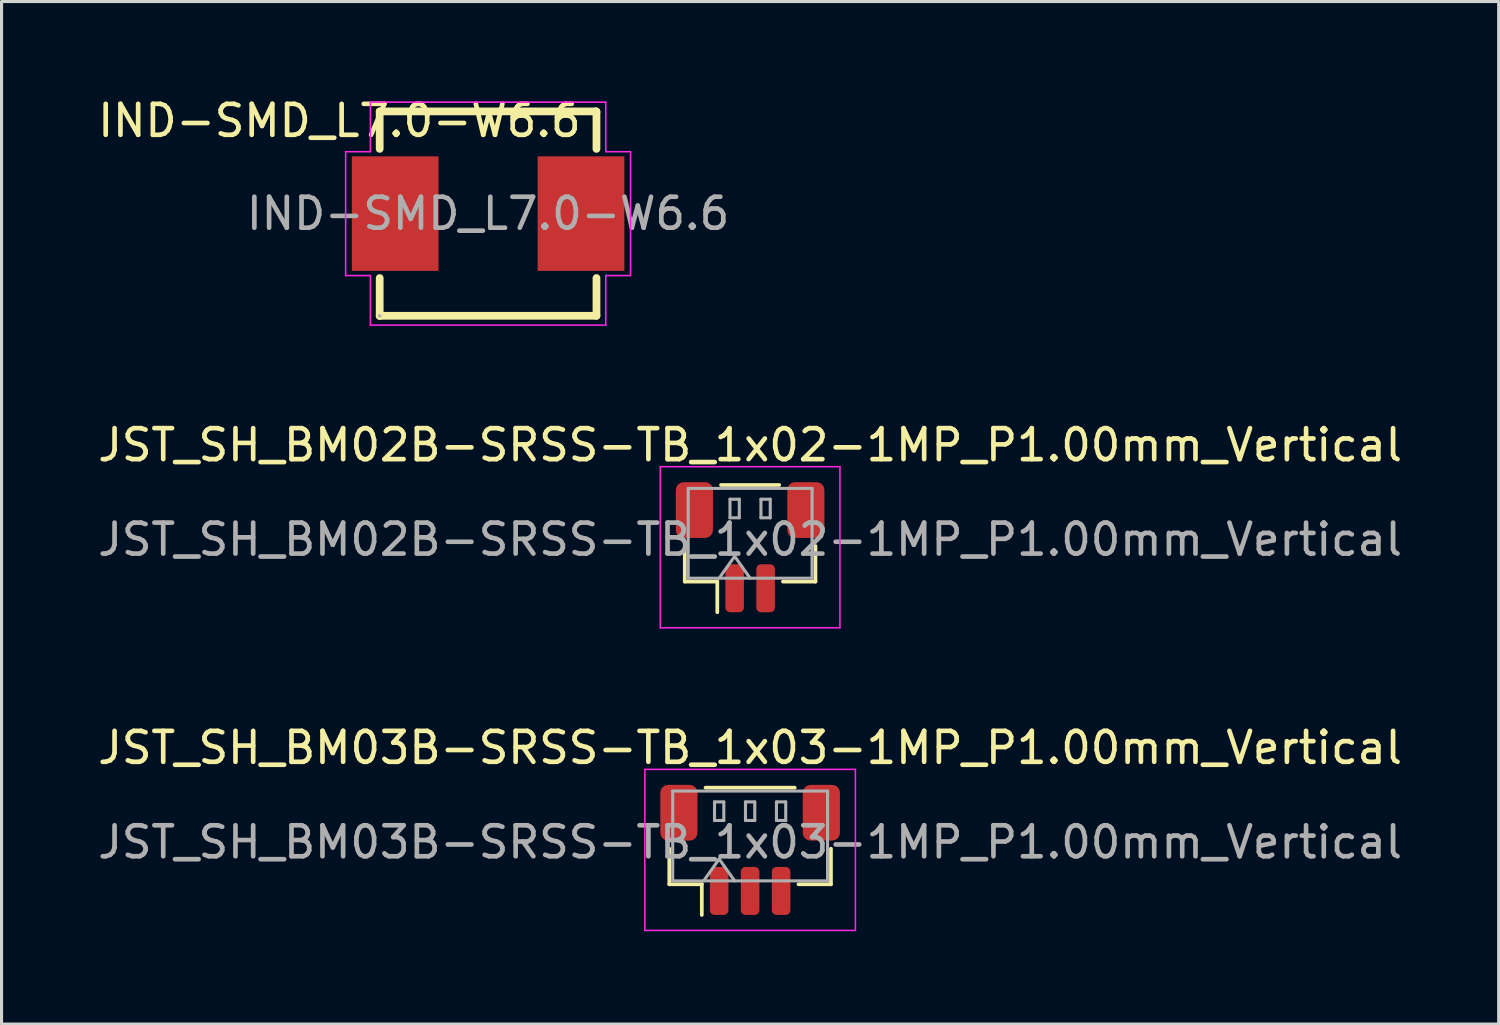
<source format=kicad_pcb>
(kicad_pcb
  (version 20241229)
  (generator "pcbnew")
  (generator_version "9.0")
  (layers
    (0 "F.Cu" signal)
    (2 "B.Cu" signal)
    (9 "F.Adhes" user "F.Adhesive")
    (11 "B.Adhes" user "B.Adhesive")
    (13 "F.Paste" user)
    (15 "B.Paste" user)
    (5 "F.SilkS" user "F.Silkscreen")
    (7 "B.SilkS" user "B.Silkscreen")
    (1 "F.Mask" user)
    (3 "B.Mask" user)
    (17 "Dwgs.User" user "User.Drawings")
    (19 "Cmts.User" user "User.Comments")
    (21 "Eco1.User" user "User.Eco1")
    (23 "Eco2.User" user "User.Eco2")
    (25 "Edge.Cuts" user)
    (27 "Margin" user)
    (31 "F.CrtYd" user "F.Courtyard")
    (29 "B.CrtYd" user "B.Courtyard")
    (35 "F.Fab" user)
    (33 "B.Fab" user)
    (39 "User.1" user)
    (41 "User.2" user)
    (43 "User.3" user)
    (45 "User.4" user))
  (footprint "IND-SMD_L7.0-W6.6"
    (layer "F.Cu")
    (at 12.711 3.848)
    (property "Reference" "IND-SMD_L7.0-W6.6" (at -4.8 -3 180) (layer "F.SilkS") (effects (font (size 1 1) (thickness 0.15))))
    (attr smd)
    (fp_line (start -3.5 -3.3) (end 3.48 -3.3) (stroke (width 0.25) (type solid)) (layer "F.SilkS"))
    (fp_line (start -3.5 -2.09) (end -3.5 -3.3) (stroke (width 0.25) (type solid)) (layer "F.SilkS"))
    (fp_line (start -3.5 3.3) (end -3.5 2.08) (stroke (width 0.25) (type solid)) (layer "F.SilkS"))
    (fp_line (start -3.49 3.3) (end -3.5 3.3) (stroke (width 0.25) (type solid)) (layer "F.SilkS"))
    (fp_line (start 3.48 -3.3) (end 3.5 -3.28) (stroke (width 0.25) (type solid)) (layer "F.SilkS"))
    (fp_line (start 3.5 -3.3) (end 3.5 -2.09) (stroke (width 0.25) (type solid)) (layer "F.SilkS"))
    (fp_line (start 3.5 2.08) (end 3.5 3.3) (stroke (width 0.25) (type solid)) (layer "F.SilkS"))
    (fp_line (start 3.5 3.3) (end -3.49 3.3) (stroke (width 0.25) (type solid)) (layer "F.SilkS"))
    (fp_line (start -4.6 -2) (end -4.6 2) (stroke (width 0.05) (type solid)) (layer "F.CrtYd"))
    (fp_line (start -4.6 2) (end -3.8 2) (stroke (width 0.05) (type solid)) (layer "F.CrtYd"))
    (fp_line (start -3.8 -3.6) (end -3.8 -2) (stroke (width 0.05) (type solid)) (layer "F.CrtYd"))
    (fp_line (start -3.8 -2) (end -4.6 -2) (stroke (width 0.05) (type solid)) (layer "F.CrtYd"))
    (fp_line (start -3.8 2) (end -3.8 3.6) (stroke (width 0.05) (type solid)) (layer "F.CrtYd"))
    (fp_line (start -3.8 3.6) (end 3.8 3.6) (stroke (width 0.05) (type solid)) (layer "F.CrtYd"))
    (fp_line (start 3.8 -3.6) (end -3.8 -3.6) (stroke (width 0.05) (type solid)) (layer "F.CrtYd"))
    (fp_line (start 3.8 -2) (end 3.8 -3.6) (stroke (width 0.05) (type solid)) (layer "F.CrtYd"))
    (fp_line (start 3.8 2) (end 4.6 2) (stroke (width 0.05) (type solid)) (layer "F.CrtYd"))
    (fp_line (start 3.8 3.6) (end 3.8 2) (stroke (width 0.05) (type solid)) (layer "F.CrtYd"))
    (fp_line (start 4.6 -2) (end 3.8 -2) (stroke (width 0.05) (type solid)) (layer "F.CrtYd"))
    (fp_line (start 4.6 2) (end 4.6 -2) (stroke (width 0.05) (type solid)) (layer "F.CrtYd"))
    (fp_circle (center -3.5 3.3) (end -3.47 3.3) (stroke (width 0.06) (type solid)) (fill no) (layer "F.Fab"))
    (fp_text user "${REFERENCE}" (at 0 0 180) (layer "F.Fab") (effects (font (size 1 1) (thickness 0.15))))
    (pad "1" smd rect (at -3 0) (size 2.8 3.7) (layers "F.Cu" "F.Mask" "F.Paste"))
    (pad "2" smd rect (at 3 0) (size 2.8 3.7) (layers "F.Cu" "F.Mask" "F.Paste")))
  (footprint "JST_SH_BM03B-SRSS-TB_1x03-1MP_P1.00mm_Vertical"
    (layer "F.Cu")
    (at 21.173 24.395)
    (property "Reference" "JST_SH_BM03B-SRSS-TB_1x03-1MP_P1.00mm_Vertical" (at 0 -3.3 0) (layer "F.SilkS") (effects (font (size 1 1) (thickness 0.15))))
    (attr smd)
    (fp_line (start -2.61 -0.04) (end -2.61 1.11) (stroke (width 0.12) (type solid)) (layer "F.SilkS"))
    (fp_line (start -2.61 1.11) (end -1.56 1.11) (stroke (width 0.12) (type solid)) (layer "F.SilkS"))
    (fp_line (start -1.56 1.11) (end -1.56 2.1) (stroke (width 0.12) (type solid)) (layer "F.SilkS"))
    (fp_line (start -1.44 -2.01) (end 1.44 -2.01) (stroke (width 0.12) (type solid)) (layer "F.SilkS"))
    (fp_line (start 2.61 -0.04) (end 2.61 1.11) (stroke (width 0.12) (type solid)) (layer "F.SilkS"))
    (fp_line (start 2.61 1.11) (end 1.56 1.11) (stroke (width 0.12) (type solid)) (layer "F.SilkS"))
    (fp_line (start -3.4 -2.6) (end -3.4 2.6) (stroke (width 0.05) (type solid)) (layer "F.CrtYd"))
    (fp_line (start -3.4 2.6) (end 3.4 2.6) (stroke (width 0.05) (type solid)) (layer "F.CrtYd"))
    (fp_line (start 3.4 -2.6) (end -3.4 -2.6) (stroke (width 0.05) (type solid)) (layer "F.CrtYd"))
    (fp_line (start 3.4 2.6) (end 3.4 -2.6) (stroke (width 0.05) (type solid)) (layer "F.CrtYd"))
    (fp_line (start -2.5 -1.9) (end 2.5 -1.9) (stroke (width 0.1) (type solid)) (layer "F.Fab"))
    (fp_line (start -2.5 1) (end -2.5 -1.9) (stroke (width 0.1) (type solid)) (layer "F.Fab"))
    (fp_line (start -2.5 1) (end 2.5 1) (stroke (width 0.1) (type solid)) (layer "F.Fab"))
    (fp_line (start -1.5 1) (end -1 0.293) (stroke (width 0.1) (type solid)) (layer "F.Fab"))
    (fp_line (start -1.15 -1.55) (end -1.15 -0.95) (stroke (width 0.1) (type solid)) (layer "F.Fab"))
    (fp_line (start -1.15 -0.95) (end -0.85 -0.95) (stroke (width 0.1) (type solid)) (layer "F.Fab"))
    (fp_line (start -1 0.293) (end -0.5 1) (stroke (width 0.1) (type solid)) (layer "F.Fab"))
    (fp_line (start -0.85 -1.55) (end -1.15 -1.55) (stroke (width 0.1) (type solid)) (layer "F.Fab"))
    (fp_line (start -0.85 -0.95) (end -0.85 -1.55) (stroke (width 0.1) (type solid)) (layer "F.Fab"))
    (fp_line (start -0.15 -1.55) (end -0.15 -0.95) (stroke (width 0.1) (type solid)) (layer "F.Fab"))
    (fp_line (start -0.15 -0.95) (end 0.15 -0.95) (stroke (width 0.1) (type solid)) (layer "F.Fab"))
    (fp_line (start 0.15 -1.55) (end -0.15 -1.55) (stroke (width 0.1) (type solid)) (layer "F.Fab"))
    (fp_line (start 0.15 -0.95) (end 0.15 -1.55) (stroke (width 0.1) (type solid)) (layer "F.Fab"))
    (fp_line (start 0.85 -1.55) (end 0.85 -0.95) (stroke (width 0.1) (type solid)) (layer "F.Fab"))
    (fp_line (start 0.85 -0.95) (end 1.15 -0.95) (stroke (width 0.1) (type solid)) (layer "F.Fab"))
    (fp_line (start 1.15 -1.55) (end 0.85 -1.55) (stroke (width 0.1) (type solid)) (layer "F.Fab"))
    (fp_line (start 1.15 -0.95) (end 1.15 -1.55) (stroke (width 0.1) (type solid)) (layer "F.Fab"))
    (fp_line (start 2.5 1) (end 2.5 -1.9) (stroke (width 0.1) (type solid)) (layer "F.Fab"))
    (fp_text user "${REFERENCE}" (at 0 -0.25 0) (layer "F.Fab") (effects (font (size 1 1) (thickness 0.15))))
    (pad "1" smd roundrect (at -1 1.325) (size 0.6 1.55) (layers "F.Cu" "F.Mask" "F.Paste") (roundrect_rratio 0.25))
    (pad "2" smd roundrect (at 0 1.325) (size 0.6 1.55) (layers "F.Cu" "F.Mask" "F.Paste") (roundrect_rratio 0.25))
    (pad "3" smd roundrect (at 1 1.325) (size 0.6 1.55) (layers "F.Cu" "F.Mask" "F.Paste") (roundrect_rratio 0.25))
    (pad "MP_1" smd roundrect (at 2.3 -1.2) (size 1.2 1.8) (layers "F.Cu" "F.Mask" "F.Paste") (roundrect_rratio 0.208))
    (pad "MP_2" smd roundrect (at -2.3 -1.2) (size 1.2 1.8) (layers "F.Cu" "F.Mask" "F.Paste") (roundrect_rratio 0.208)))
  (footprint "JST_SH_BM02B-SRSS-TB_1x02-1MP_P1.00mm_Vertical"
    (layer "F.Cu")
    (at 21.173 14.621)
    (property "Reference" "JST_SH_BM02B-SRSS-TB_1x02-1MP_P1.00mm_Vertical" (at 0 -3.3 0) (layer "F.SilkS") (effects (font (size 1 1) (thickness 0.15))))
    (attr smd)
    (fp_line (start -2.11 -0.04) (end -2.11 1.11) (stroke (width 0.12) (type solid)) (layer "F.SilkS"))
    (fp_line (start -2.11 1.11) (end -1.06 1.11) (stroke (width 0.12) (type solid)) (layer "F.SilkS"))
    (fp_line (start -1.06 1.11) (end -1.06 2.1) (stroke (width 0.12) (type solid)) (layer "F.SilkS"))
    (fp_line (start -0.94 -2.01) (end 0.94 -2.01) (stroke (width 0.12) (type solid)) (layer "F.SilkS"))
    (fp_line (start 2.11 -0.04) (end 2.11 1.11) (stroke (width 0.12) (type solid)) (layer "F.SilkS"))
    (fp_line (start 2.11 1.11) (end 1.06 1.11) (stroke (width 0.12) (type solid)) (layer "F.SilkS"))
    (fp_line (start -2.9 -2.6) (end -2.9 2.6) (stroke (width 0.05) (type solid)) (layer "F.CrtYd"))
    (fp_line (start -2.9 2.6) (end 2.9 2.6) (stroke (width 0.05) (type solid)) (layer "F.CrtYd"))
    (fp_line (start 2.9 -2.6) (end -2.9 -2.6) (stroke (width 0.05) (type solid)) (layer "F.CrtYd"))
    (fp_line (start 2.9 2.6) (end 2.9 -2.6) (stroke (width 0.05) (type solid)) (layer "F.CrtYd"))
    (fp_line (start -2 -1.9) (end 2 -1.9) (stroke (width 0.1) (type solid)) (layer "F.Fab"))
    (fp_line (start -2 1) (end -2 -1.9) (stroke (width 0.1) (type solid)) (layer "F.Fab"))
    (fp_line (start -2 1) (end 2 1) (stroke (width 0.1) (type solid)) (layer "F.Fab"))
    (fp_line (start -1 1) (end -0.5 0.293) (stroke (width 0.1) (type solid)) (layer "F.Fab"))
    (fp_line (start -0.65 -1.55) (end -0.65 -0.95) (stroke (width 0.1) (type solid)) (layer "F.Fab"))
    (fp_line (start -0.65 -0.95) (end -0.35 -0.95) (stroke (width 0.1) (type solid)) (layer "F.Fab"))
    (fp_line (start -0.5 0.293) (end 0 1) (stroke (width 0.1) (type solid)) (layer "F.Fab"))
    (fp_line (start -0.35 -1.55) (end -0.65 -1.55) (stroke (width 0.1) (type solid)) (layer "F.Fab"))
    (fp_line (start -0.35 -0.95) (end -0.35 -1.55) (stroke (width 0.1) (type solid)) (layer "F.Fab"))
    (fp_line (start 0.35 -1.55) (end 0.35 -0.95) (stroke (width 0.1) (type solid)) (layer "F.Fab"))
    (fp_line (start 0.35 -0.95) (end 0.65 -0.95) (stroke (width 0.1) (type solid)) (layer "F.Fab"))
    (fp_line (start 0.65 -1.55) (end 0.35 -1.55) (stroke (width 0.1) (type solid)) (layer "F.Fab"))
    (fp_line (start 0.65 -0.95) (end 0.65 -1.55) (stroke (width 0.1) (type solid)) (layer "F.Fab"))
    (fp_line (start 2 1) (end 2 -1.9) (stroke (width 0.1) (type solid)) (layer "F.Fab"))
    (fp_text user "${REFERENCE}" (at 0 -0.25 0) (layer "F.Fab") (effects (font (size 1 1) (thickness 0.15))))
    (pad "" smd roundrect (at -1.8 -1.2) (size 1.2 1.8) (layers "F.Cu" "F.Mask" "F.Paste") (roundrect_rratio 0.208))
    (pad "" smd roundrect (at 1.8 -1.2) (size 1.2 1.8) (layers "F.Cu" "F.Mask" "F.Paste") (roundrect_rratio 0.208))
    (pad "1" smd roundrect (at -0.5 1.325) (size 0.6 1.55) (layers "F.Cu" "F.Mask" "F.Paste") (roundrect_rratio 0.25))
    (pad "2" smd roundrect (at 0.5 1.325) (size 0.6 1.55) (layers "F.Cu" "F.Mask" "F.Paste") (roundrect_rratio 0.25)))
  (gr_rect
    (start -3 -3)
    (end 45.345 30.02)
    (stroke (width 0.1) (type default))
    (fill no)
    (layer "Edge.Cuts")))
</source>
